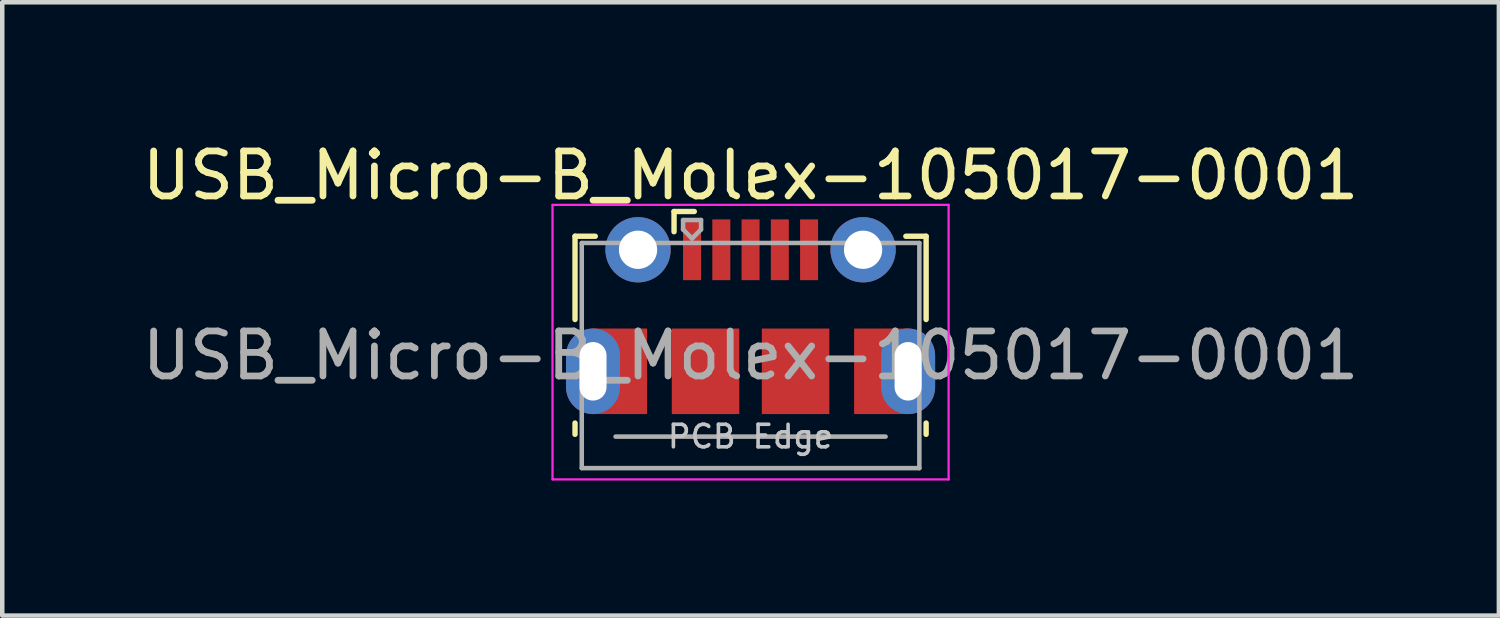
<source format=kicad_pcb>
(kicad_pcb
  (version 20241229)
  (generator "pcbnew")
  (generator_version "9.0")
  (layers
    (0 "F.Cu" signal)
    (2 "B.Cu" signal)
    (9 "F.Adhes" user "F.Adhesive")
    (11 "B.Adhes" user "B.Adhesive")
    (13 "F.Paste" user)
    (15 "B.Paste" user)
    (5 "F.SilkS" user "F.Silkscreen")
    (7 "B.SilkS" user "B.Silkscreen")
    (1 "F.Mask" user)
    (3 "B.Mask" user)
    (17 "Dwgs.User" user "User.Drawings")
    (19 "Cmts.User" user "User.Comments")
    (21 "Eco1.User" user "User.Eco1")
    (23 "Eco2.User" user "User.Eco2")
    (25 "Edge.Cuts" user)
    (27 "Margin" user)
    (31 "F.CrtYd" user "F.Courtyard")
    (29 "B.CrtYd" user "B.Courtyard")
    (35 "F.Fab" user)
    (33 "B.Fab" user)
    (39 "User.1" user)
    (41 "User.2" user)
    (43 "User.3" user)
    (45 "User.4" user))
  (footprint "USB_Micro-B_Molex-105017-0001"
    (layer "F.Cu")
    (at 13.625 3.961)
    (property "Reference" "USB_Micro-B_Molex-105017-0001" (at 0 -3.112 0) (layer "F.SilkS") (effects (font (size 1 1) (thickness 0.15))))
    (attr smd)
    (fp_line (start -3.9 -1.762) (end -3.45 -1.762) (stroke (width 0.12) (type solid)) (layer "F.SilkS"))
    (fp_line (start -3.9 0.087) (end -3.9 -1.762) (stroke (width 0.12) (type solid)) (layer "F.SilkS"))
    (fp_line (start -3.9 2.638) (end -3.9 2.388) (stroke (width 0.12) (type solid)) (layer "F.SilkS"))
    (fp_line (start -1.7 -2.312) (end -1.7 -1.863) (stroke (width 0.12) (type solid)) (layer "F.SilkS"))
    (fp_line (start -1.7 -2.312) (end -1.25 -2.312) (stroke (width 0.12) (type solid)) (layer "F.SilkS"))
    (fp_line (start 3.9 -1.762) (end 3.45 -1.762) (stroke (width 0.12) (type solid)) (layer "F.SilkS"))
    (fp_line (start 3.9 0.087) (end 3.9 -1.762) (stroke (width 0.12) (type solid)) (layer "F.SilkS"))
    (fp_line (start 3.9 2.638) (end 3.9 2.388) (stroke (width 0.12) (type solid)) (layer "F.SilkS"))
    (fp_line (start -4.4 -2.46) (end 4.4 -2.46) (stroke (width 0.05) (type solid)) (layer "F.CrtYd"))
    (fp_line (start -4.4 3.64) (end -4.4 -2.46) (stroke (width 0.05) (type solid)) (layer "F.CrtYd"))
    (fp_line (start -4.4 3.64) (end 4.4 3.64) (stroke (width 0.05) (type solid)) (layer "F.CrtYd"))
    (fp_line (start 4.4 -2.46) (end 4.4 3.64) (stroke (width 0.05) (type solid)) (layer "F.CrtYd"))
    (fp_line (start -3.75 -1.613) (end 3.75 -1.613) (stroke (width 0.1) (type solid)) (layer "F.Fab"))
    (fp_line (start -3.75 3.388) (end -3.75 -1.613) (stroke (width 0.1) (type solid)) (layer "F.Fab"))
    (fp_line (start -3.75 3.389) (end 3.75 3.389) (stroke (width 0.1) (type solid)) (layer "F.Fab"))
    (fp_line (start -3 2.689) (end 3 2.689) (stroke (width 0.1) (type solid)) (layer "F.Fab"))
    (fp_line (start -1.5 -2.123) (end -1.5 -1.913) (stroke (width 0.1) (type solid)) (layer "F.Fab"))
    (fp_line (start -1.5 -2.123) (end -1.1 -2.123) (stroke (width 0.1) (type solid)) (layer "F.Fab"))
    (fp_line (start -1.3 -1.712) (end -1.5 -1.913) (stroke (width 0.1) (type solid)) (layer "F.Fab"))
    (fp_line (start -1.1 -2.123) (end -1.1 -1.913) (stroke (width 0.1) (type solid)) (layer "F.Fab"))
    (fp_line (start -1.1 -1.913) (end -1.3 -1.712) (stroke (width 0.1) (type solid)) (layer "F.Fab"))
    (fp_line (start 3.75 3.388) (end 3.75 -1.613) (stroke (width 0.1) (type solid)) (layer "F.Fab"))
    (fp_text user "PCB Edge" (at 0 2.688 0) (layer "Dwgs.User") (effects (font (size 0.5 0.5) (thickness 0.08))))
    (fp_text user "${REFERENCE}" (at 0 0.887 0) (layer "F.Fab") (effects (font (size 1 1) (thickness 0.15))))
    (pad "1" smd rect (at -1.3 -1.462) (size 0.4 1.35) (layers "F.Cu" "F.Mask" "F.Paste"))
    (pad "2" smd rect (at -0.65 -1.462) (size 0.4 1.35) (layers "F.Cu" "F.Mask" "F.Paste"))
    (pad "3" smd rect (at 0 -1.462) (size 0.4 1.35) (layers "F.Cu" "F.Mask" "F.Paste"))
    (pad "4" smd rect (at 0.65 -1.462) (size 0.4 1.35) (layers "F.Cu" "F.Mask" "F.Paste"))
    (pad "5" smd rect (at 1.3 -1.462) (size 0.4 1.35) (layers "F.Cu" "F.Mask" "F.Paste"))
    (pad "6" thru_hole oval (at -3.5 1.238 180) (size 1.2 1.9) (drill oval 0.6 1.3) (layers "*.Cu" "*.Mask"))
    (pad "6" smd rect (at -2.9 1.238) (size 1.2 1.9) (layers "F.Cu" "F.Mask"))
    (pad "6" thru_hole circle (at -2.5 -1.462) (size 1.45 1.45) (drill 0.85) (layers "*.Cu" "*.Mask"))
    (pad "6" smd rect (at -1 1.238) (size 1.5 1.9) (layers "F.Cu" "F.Mask" "F.Paste"))
    (pad "6" smd rect (at 1 1.238) (size 1.5 1.9) (layers "F.Cu" "F.Mask" "F.Paste"))
    (pad "6" thru_hole circle (at 2.5 -1.462) (size 1.45 1.45) (drill 0.85) (layers "*.Cu" "*.Mask"))
    (pad "6" smd rect (at 2.9 1.238) (size 1.2 1.9) (layers "F.Cu" "F.Mask"))
    (pad "6" thru_hole oval (at 3.5 1.238) (size 1.2 1.9) (drill oval 0.6 1.3) (layers "*.Cu" "*.Mask")))
  (gr_rect
    (start -3 -3)
    (end 30.25 10.626)
    (stroke (width 0.1) (type default))
    (fill no)
    (layer "Edge.Cuts")))
</source>
